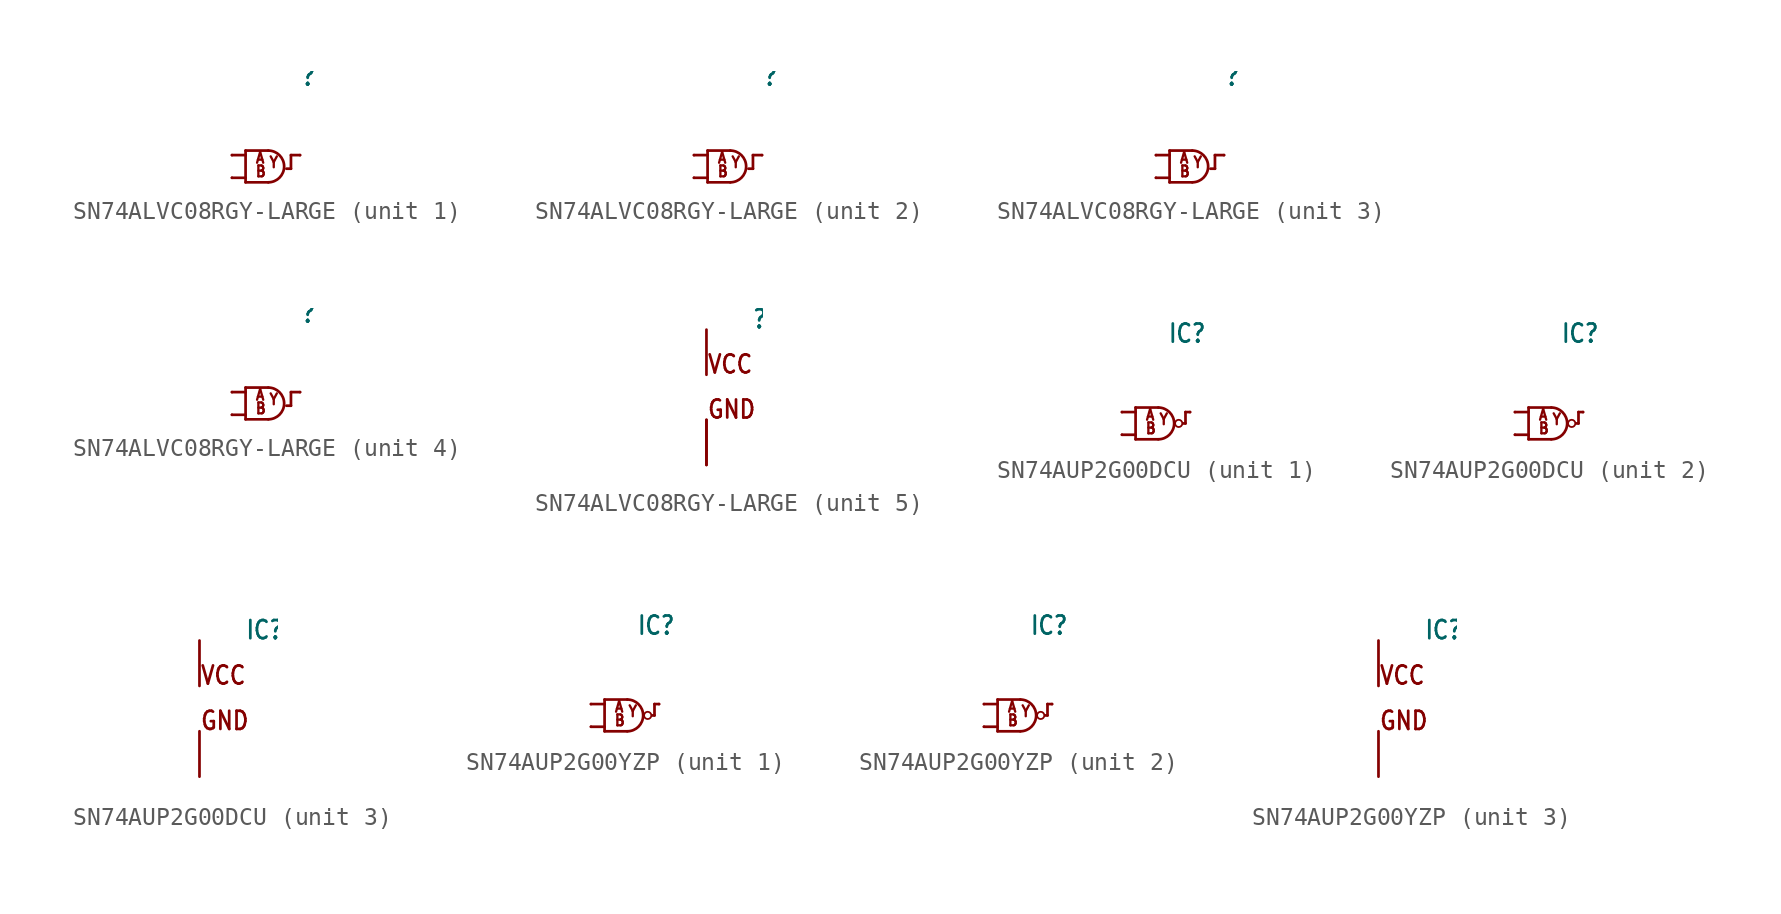
<source format=kicad_sym>
(kicad_symbol_lib
  (version 20211014)
  (generator kicad_symbol_editor)
  (symbol "SN74ALVC08RGY-LARGE"
    (property "Reference" ""
      (at 2.54 5.08 0)
      (effects (font (size 1.016 0.864)) (justify left bottom)))
    (property "ki_locked" ""
      (at 0 0 0)
      (effects (font (size 1.27 1.27))))
    (symbol "SN74ALVC08RGY-LARGE_1_0"
      (polyline (pts (xy -1.27 0) (xy -0.508 0)) (stroke (width 0.152) (type default) (color 0 0 0 0)) (fill (type none)))
      (polyline (pts (xy -1.27 1.27) (xy -0.508 1.27)) (stroke (width 0.152) (type default) (color 0 0 0 0)) (fill (type none)))
      (polyline (pts (xy -0.508 -0.254) (xy 0.762 -0.254)) (stroke (width 0.152) (type default) (color 0 0 0 0)) (fill (type none)))
      (polyline (pts (xy -0.508 1.524) (xy -0.508 -0.254)) (stroke (width 0.152) (type default) (color 0 0 0 0)) (fill (type none)))
      (polyline (pts (xy -0.508 1.524) (xy 0.762 1.524)) (stroke (width 0.152) (type default) (color 0 0 0 0)) (fill (type none)))
      (polyline (pts (xy 2.032 0.508) (xy 1.778 0.508)) (stroke (width 0.152) (type default) (color 0 0 0 0)) (fill (type none)))
      (polyline (pts (xy 2.032 1.27) (xy 2.032 0.508)) (stroke (width 0.152) (type default) (color 0 0 0 0)) (fill (type none)))
      (polyline (pts (xy 2.032 1.27) (xy 2.54 1.27)) (stroke (width 0.152) (type default) (color 0 0 0 0)) (fill (type none)))
      (arc (start 0.762 -0.254) (mid 1.6509 0.635) (end 0.762 1.524) (stroke (width 0.1524) (type default) (color 0 0 0 0)) (fill (type none)))
      (text "A" (at 0 0.762 0) (effects (font (size 0.61 0.518)) (justify left bottom)))
      (text "B" (at 0 0 0) (effects (font (size 0.61 0.518)) (justify left bottom)))
      (text "Y" (at 0.762 0.508 0) (effects (font (size 0.61 0.518)) (justify left bottom)))
      (pin input line (at -1.27 1.27 0) (length 0) (name "A" (effects (font (size 0 0)))) (number "1" (effects (font (size 0 0)))))
      (pin input line (at -1.27 0 0) (length 0) (name "B" (effects (font (size 0 0)))) (number "2" (effects (font (size 0 0)))))
      (pin output line (at 2.54 1.27 180) (length 0) (name "Y" (effects (font (size 0 0)))) (number "3" (effects (font (size 0 0))))))
    (symbol "SN74ALVC08RGY-LARGE_2_0"
      (polyline (pts (xy -1.27 0) (xy -0.508 0)) (stroke (width 0.152) (type default) (color 0 0 0 0)) (fill (type none)))
      (polyline (pts (xy -1.27 1.27) (xy -0.508 1.27)) (stroke (width 0.152) (type default) (color 0 0 0 0)) (fill (type none)))
      (polyline (pts (xy -0.508 -0.254) (xy 0.762 -0.254)) (stroke (width 0.152) (type default) (color 0 0 0 0)) (fill (type none)))
      (polyline (pts (xy -0.508 1.524) (xy -0.508 -0.254)) (stroke (width 0.152) (type default) (color 0 0 0 0)) (fill (type none)))
      (polyline (pts (xy -0.508 1.524) (xy 0.762 1.524)) (stroke (width 0.152) (type default) (color 0 0 0 0)) (fill (type none)))
      (polyline (pts (xy 2.032 0.508) (xy 1.778 0.508)) (stroke (width 0.152) (type default) (color 0 0 0 0)) (fill (type none)))
      (polyline (pts (xy 2.032 1.27) (xy 2.032 0.508)) (stroke (width 0.152) (type default) (color 0 0 0 0)) (fill (type none)))
      (polyline (pts (xy 2.032 1.27) (xy 2.54 1.27)) (stroke (width 0.152) (type default) (color 0 0 0 0)) (fill (type none)))
      (arc (start 0.762 -0.254) (mid 1.6509 0.635) (end 0.762 1.524) (stroke (width 0.1524) (type default) (color 0 0 0 0)) (fill (type none)))
      (text "A" (at 0 0.762 0) (effects (font (size 0.61 0.518)) (justify left bottom)))
      (text "B" (at 0 0 0) (effects (font (size 0.61 0.518)) (justify left bottom)))
      (text "Y" (at 0.762 0.508 0) (effects (font (size 0.61 0.518)) (justify left bottom)))
      (pin input line (at -1.27 1.27 0) (length 0) (name "A" (effects (font (size 0 0)))) (number "4" (effects (font (size 0 0)))))
      (pin input line (at -1.27 0 0) (length 0) (name "B" (effects (font (size 0 0)))) (number "5" (effects (font (size 0 0)))))
      (pin output line (at 2.54 1.27 180) (length 0) (name "Y" (effects (font (size 0 0)))) (number "6" (effects (font (size 0 0))))))
    (symbol "SN74ALVC08RGY-LARGE_3_0"
      (polyline (pts (xy -1.27 0) (xy -0.508 0)) (stroke (width 0.152) (type default) (color 0 0 0 0)) (fill (type none)))
      (polyline (pts (xy -1.27 1.27) (xy -0.508 1.27)) (stroke (width 0.152) (type default) (color 0 0 0 0)) (fill (type none)))
      (polyline (pts (xy -0.508 -0.254) (xy 0.762 -0.254)) (stroke (width 0.152) (type default) (color 0 0 0 0)) (fill (type none)))
      (polyline (pts (xy -0.508 1.524) (xy -0.508 -0.254)) (stroke (width 0.152) (type default) (color 0 0 0 0)) (fill (type none)))
      (polyline (pts (xy -0.508 1.524) (xy 0.762 1.524)) (stroke (width 0.152) (type default) (color 0 0 0 0)) (fill (type none)))
      (polyline (pts (xy 2.032 0.508) (xy 1.778 0.508)) (stroke (width 0.152) (type default) (color 0 0 0 0)) (fill (type none)))
      (polyline (pts (xy 2.032 1.27) (xy 2.032 0.508)) (stroke (width 0.152) (type default) (color 0 0 0 0)) (fill (type none)))
      (polyline (pts (xy 2.032 1.27) (xy 2.54 1.27)) (stroke (width 0.152) (type default) (color 0 0 0 0)) (fill (type none)))
      (arc (start 0.762 -0.254) (mid 1.6509 0.635) (end 0.762 1.524) (stroke (width 0.1524) (type default) (color 0 0 0 0)) (fill (type none)))
      (text "A" (at 0 0.762 0) (effects (font (size 0.61 0.518)) (justify left bottom)))
      (text "B" (at 0 0 0) (effects (font (size 0.61 0.518)) (justify left bottom)))
      (text "Y" (at 0.762 0.508 0) (effects (font (size 0.61 0.518)) (justify left bottom)))
      (pin input line (at -1.27 0 0) (length 0) (name "B" (effects (font (size 0 0)))) (number "10" (effects (font (size 0 0)))))
      (pin output line (at 2.54 1.27 180) (length 0) (name "Y" (effects (font (size 0 0)))) (number "8" (effects (font (size 0 0)))))
      (pin input line (at -1.27 1.27 0) (length 0) (name "A" (effects (font (size 0 0)))) (number "9" (effects (font (size 0 0))))))
    (symbol "SN74ALVC08RGY-LARGE_4_0"
      (polyline (pts (xy -1.27 0) (xy -0.508 0)) (stroke (width 0.152) (type default) (color 0 0 0 0)) (fill (type none)))
      (polyline (pts (xy -1.27 1.27) (xy -0.508 1.27)) (stroke (width 0.152) (type default) (color 0 0 0 0)) (fill (type none)))
      (polyline (pts (xy -0.508 -0.254) (xy 0.762 -0.254)) (stroke (width 0.152) (type default) (color 0 0 0 0)) (fill (type none)))
      (polyline (pts (xy -0.508 1.524) (xy -0.508 -0.254)) (stroke (width 0.152) (type default) (color 0 0 0 0)) (fill (type none)))
      (polyline (pts (xy -0.508 1.524) (xy 0.762 1.524)) (stroke (width 0.152) (type default) (color 0 0 0 0)) (fill (type none)))
      (polyline (pts (xy 2.032 0.508) (xy 1.778 0.508)) (stroke (width 0.152) (type default) (color 0 0 0 0)) (fill (type none)))
      (polyline (pts (xy 2.032 1.27) (xy 2.032 0.508)) (stroke (width 0.152) (type default) (color 0 0 0 0)) (fill (type none)))
      (polyline (pts (xy 2.032 1.27) (xy 2.54 1.27)) (stroke (width 0.152) (type default) (color 0 0 0 0)) (fill (type none)))
      (arc (start 0.762 -0.254) (mid 1.6509 0.635) (end 0.762 1.524) (stroke (width 0.1524) (type default) (color 0 0 0 0)) (fill (type none)))
      (text "A" (at 0 0.762 0) (effects (font (size 0.61 0.518)) (justify left bottom)))
      (text "B" (at 0 0 0) (effects (font (size 0.61 0.518)) (justify left bottom)))
      (text "Y" (at 0.762 0.508 0) (effects (font (size 0.61 0.518)) (justify left bottom)))
      (pin output line (at 2.54 1.27 180) (length 0) (name "Y" (effects (font (size 0 0)))) (number "11" (effects (font (size 0 0)))))
      (pin input line (at -1.27 1.27 0) (length 0) (name "A" (effects (font (size 0 0)))) (number "12" (effects (font (size 0 0)))))
      (pin input line (at -1.27 0 0) (length 0) (name "B" (effects (font (size 0 0)))) (number "13" (effects (font (size 0 0))))))
    (symbol "SN74ALVC08RGY-LARGE_5_0"
      (text "GND" (at 0 0 0) (effects (font (size 1.016 0.864)) (justify left bottom)))
      (text "VCC" (at 0 2.54 0) (effects (font (size 1.016 0.864)) (justify left bottom)))
      (pin power_in line (at 0 5.08 270) (length 2.54) (name "VCC" (effects (font (size 0 0)))) (number "14" (effects (font (size 0 0)))))
      (pin power_in line (at 0 -2.54 90) (length 2.54) (name "GND" (effects (font (size 0 0)))) (number "15" (effects (font (size 0 0)))))
      (pin power_in line (at 0 -2.54 90) (length 2.54) (name "GND" (effects (font (size 0 0)))) (number "7" (effects (font (size 0 0)))))))
  (symbol "SN74AUP2G00DCU"
    (property "Reference" "IC"
      (at 2.54 5.08 0)
      (effects (font (size 1.016 0.864)) (justify left bottom)))
    (property "ki_locked" ""
      (at 0 0 0)
      (effects (font (size 1.27 1.27))))
    (symbol "SN74AUP2G00DCU_1_0"
      (polyline (pts (xy 0 0) (xy 0.762 0)) (stroke (width 0.152) (type default) (color 0 0 0 0)) (fill (type none)))
      (polyline (pts (xy 0 1.27) (xy 0.762 1.27)) (stroke (width 0.152) (type default) (color 0 0 0 0)) (fill (type none)))
      (polyline (pts (xy 0.762 -0.254) (xy 2.032 -0.254)) (stroke (width 0.152) (type default) (color 0 0 0 0)) (fill (type none)))
      (polyline (pts (xy 0.762 1.524) (xy 0.762 -0.254)) (stroke (width 0.152) (type default) (color 0 0 0 0)) (fill (type none)))
      (polyline (pts (xy 0.762 1.524) (xy 2.032 1.524)) (stroke (width 0.152) (type default) (color 0 0 0 0)) (fill (type none)))
      (polyline (pts (xy 3.429 0.635) (xy 3.556 0.635)) (stroke (width 0.152) (type default) (color 0 0 0 0)) (fill (type none)))
      (polyline (pts (xy 3.556 1.27) (xy 3.556 0.635)) (stroke (width 0.152) (type default) (color 0 0 0 0)) (fill (type none)))
      (polyline (pts (xy 3.556 1.27) (xy 3.81 1.27)) (stroke (width 0.152) (type default) (color 0 0 0 0)) (fill (type none)))
      (arc (start 2.032 -0.254) (mid 2.921 0.635) (end 2.032 1.524) (stroke (width 0.1524) (type default) (color 0 0 0 0)) (fill (type none)))
      (circle (center 3.175 0.635) (radius 0.203) (stroke (width 0.102) (type default) (color 0 0 0 0)) (fill (type none)))
      (text "A" (at 1.27 0.762 0) (effects (font (size 0.61 0.518)) (justify left bottom)))
      (text "B" (at 1.27 0 0) (effects (font (size 0.61 0.518)) (justify left bottom)))
      (text "Y" (at 2.032 0.508 0) (effects (font (size 0.61 0.518)) (justify left bottom)))
      (pin input line (at 0 1.27 0) (length 0) (name "A" (effects (font (size 0 0)))) (number "1" (effects (font (size 0 0)))))
      (pin input line (at 0 0 0) (length 0) (name "B" (effects (font (size 0 0)))) (number "2" (effects (font (size 0 0)))))
      (pin output line (at 3.81 1.27 180) (length 0) (name "Y" (effects (font (size 0 0)))) (number "7" (effects (font (size 0 0))))))
    (symbol "SN74AUP2G00DCU_2_0"
      (polyline (pts (xy 0 0) (xy 0.762 0)) (stroke (width 0.152) (type default) (color 0 0 0 0)) (fill (type none)))
      (polyline (pts (xy 0 1.27) (xy 0.762 1.27)) (stroke (width 0.152) (type default) (color 0 0 0 0)) (fill (type none)))
      (polyline (pts (xy 0.762 -0.254) (xy 2.032 -0.254)) (stroke (width 0.152) (type default) (color 0 0 0 0)) (fill (type none)))
      (polyline (pts (xy 0.762 1.524) (xy 0.762 -0.254)) (stroke (width 0.152) (type default) (color 0 0 0 0)) (fill (type none)))
      (polyline (pts (xy 0.762 1.524) (xy 2.032 1.524)) (stroke (width 0.152) (type default) (color 0 0 0 0)) (fill (type none)))
      (polyline (pts (xy 3.429 0.635) (xy 3.556 0.635)) (stroke (width 0.152) (type default) (color 0 0 0 0)) (fill (type none)))
      (polyline (pts (xy 3.556 1.27) (xy 3.556 0.635)) (stroke (width 0.152) (type default) (color 0 0 0 0)) (fill (type none)))
      (polyline (pts (xy 3.556 1.27) (xy 3.81 1.27)) (stroke (width 0.152) (type default) (color 0 0 0 0)) (fill (type none)))
      (arc (start 2.032 -0.254) (mid 2.921 0.635) (end 2.032 1.524) (stroke (width 0.1524) (type default) (color 0 0 0 0)) (fill (type none)))
      (circle (center 3.175 0.635) (radius 0.203) (stroke (width 0.102) (type default) (color 0 0 0 0)) (fill (type none)))
      (text "A" (at 1.27 0.762 0) (effects (font (size 0.61 0.518)) (justify left bottom)))
      (text "B" (at 1.27 0 0) (effects (font (size 0.61 0.518)) (justify left bottom)))
      (text "Y" (at 2.032 0.508 0) (effects (font (size 0.61 0.518)) (justify left bottom)))
      (pin output line (at 3.81 1.27 180) (length 0) (name "Y" (effects (font (size 0 0)))) (number "3" (effects (font (size 0 0)))))
      (pin input line (at 0 1.27 0) (length 0) (name "A" (effects (font (size 0 0)))) (number "5" (effects (font (size 0 0)))))
      (pin input line (at 0 0 0) (length 0) (name "B" (effects (font (size 0 0)))) (number "6" (effects (font (size 0 0))))))
    (symbol "SN74AUP2G00DCU_3_0"
      (text "GND" (at 0 0 0) (effects (font (size 1.016 0.864)) (justify left bottom)))
      (text "VCC" (at 0 2.54 0) (effects (font (size 1.016 0.864)) (justify left bottom)))
      (pin power_in line (at 0 -2.54 90) (length 2.54) (name "GND" (effects (font (size 0 0)))) (number "4" (effects (font (size 0 0)))))
      (pin power_in line (at 0 5.08 270) (length 2.54) (name "VCC" (effects (font (size 0 0)))) (number "8" (effects (font (size 0 0)))))))
  (symbol "SN74AUP2G00YZP"
    (property "Reference" "IC"
      (at 2.54 5.08 0)
      (effects (font (size 1.016 0.864)) (justify left bottom)))
    (property "ki_locked" ""
      (at 0 0 0)
      (effects (font (size 1.27 1.27))))
    (symbol "SN74AUP2G00YZP_1_0"
      (polyline (pts (xy 0 0) (xy 0.762 0)) (stroke (width 0.152) (type default) (color 0 0 0 0)) (fill (type none)))
      (polyline (pts (xy 0 1.27) (xy 0.762 1.27)) (stroke (width 0.152) (type default) (color 0 0 0 0)) (fill (type none)))
      (polyline (pts (xy 0.762 -0.254) (xy 2.032 -0.254)) (stroke (width 0.152) (type default) (color 0 0 0 0)) (fill (type none)))
      (polyline (pts (xy 0.762 1.524) (xy 0.762 -0.254)) (stroke (width 0.152) (type default) (color 0 0 0 0)) (fill (type none)))
      (polyline (pts (xy 0.762 1.524) (xy 2.032 1.524)) (stroke (width 0.152) (type default) (color 0 0 0 0)) (fill (type none)))
      (polyline (pts (xy 3.429 0.635) (xy 3.556 0.635)) (stroke (width 0.152) (type default) (color 0 0 0 0)) (fill (type none)))
      (polyline (pts (xy 3.556 1.27) (xy 3.556 0.635)) (stroke (width 0.152) (type default) (color 0 0 0 0)) (fill (type none)))
      (polyline (pts (xy 3.556 1.27) (xy 3.81 1.27)) (stroke (width 0.152) (type default) (color 0 0 0 0)) (fill (type none)))
      (arc (start 2.032 -0.254) (mid 2.921 0.635) (end 2.032 1.524) (stroke (width 0.1524) (type default) (color 0 0 0 0)) (fill (type none)))
      (circle (center 3.175 0.635) (radius 0.203) (stroke (width 0.102) (type default) (color 0 0 0 0)) (fill (type none)))
      (text "A" (at 1.27 0.762 0) (effects (font (size 0.61 0.518)) (justify left bottom)))
      (text "B" (at 1.27 0 0) (effects (font (size 0.61 0.518)) (justify left bottom)))
      (text "Y" (at 2.032 0.508 0) (effects (font (size 0.61 0.518)) (justify left bottom)))
      (pin input line (at 0 1.27 0) (length 0) (name "A" (effects (font (size 0 0)))) (number "A1" (effects (font (size 0 0)))))
      (pin input line (at 0 0 0) (length 0) (name "B" (effects (font (size 0 0)))) (number "B1" (effects (font (size 0 0)))))
      (pin output line (at 3.81 1.27 180) (length 0) (name "Y" (effects (font (size 0 0)))) (number "B2" (effects (font (size 0 0))))))
    (symbol "SN74AUP2G00YZP_2_0"
      (polyline (pts (xy 0 0) (xy 0.762 0)) (stroke (width 0.152) (type default) (color 0 0 0 0)) (fill (type none)))
      (polyline (pts (xy 0 1.27) (xy 0.762 1.27)) (stroke (width 0.152) (type default) (color 0 0 0 0)) (fill (type none)))
      (polyline (pts (xy 0.762 -0.254) (xy 2.032 -0.254)) (stroke (width 0.152) (type default) (color 0 0 0 0)) (fill (type none)))
      (polyline (pts (xy 0.762 1.524) (xy 0.762 -0.254)) (stroke (width 0.152) (type default) (color 0 0 0 0)) (fill (type none)))
      (polyline (pts (xy 0.762 1.524) (xy 2.032 1.524)) (stroke (width 0.152) (type default) (color 0 0 0 0)) (fill (type none)))
      (polyline (pts (xy 3.429 0.635) (xy 3.556 0.635)) (stroke (width 0.152) (type default) (color 0 0 0 0)) (fill (type none)))
      (polyline (pts (xy 3.556 1.27) (xy 3.556 0.635)) (stroke (width 0.152) (type default) (color 0 0 0 0)) (fill (type none)))
      (polyline (pts (xy 3.556 1.27) (xy 3.81 1.27)) (stroke (width 0.152) (type default) (color 0 0 0 0)) (fill (type none)))
      (arc (start 2.032 -0.254) (mid 2.921 0.635) (end 2.032 1.524) (stroke (width 0.1524) (type default) (color 0 0 0 0)) (fill (type none)))
      (circle (center 3.175 0.635) (radius 0.203) (stroke (width 0.102) (type default) (color 0 0 0 0)) (fill (type none)))
      (text "A" (at 1.27 0.762 0) (effects (font (size 0.61 0.518)) (justify left bottom)))
      (text "B" (at 1.27 0 0) (effects (font (size 0.61 0.518)) (justify left bottom)))
      (text "Y" (at 2.032 0.508 0) (effects (font (size 0.61 0.518)) (justify left bottom)))
      (pin output line (at 3.81 1.27 180) (length 0) (name "Y" (effects (font (size 0 0)))) (number "C1" (effects (font (size 0 0)))))
      (pin input line (at 0 0 0) (length 0) (name "B" (effects (font (size 0 0)))) (number "C2" (effects (font (size 0 0)))))
      (pin input line (at 0 1.27 0) (length 0) (name "A" (effects (font (size 0 0)))) (number "D2" (effects (font (size 0 0))))))
    (symbol "SN74AUP2G00YZP_3_0"
      (text "GND" (at 0 0 0) (effects (font (size 1.016 0.864)) (justify left bottom)))
      (text "VCC" (at 0 2.54 0) (effects (font (size 1.016 0.864)) (justify left bottom)))
      (pin power_in line (at 0 5.08 270) (length 2.54) (name "VCC" (effects (font (size 0 0)))) (number "A2" (effects (font (size 0 0)))))
      (pin power_in line (at 0 -2.54 90) (length 2.54) (name "GND" (effects (font (size 0 0)))) (number "D1" (effects (font (size 0 0))))))))
</source>
